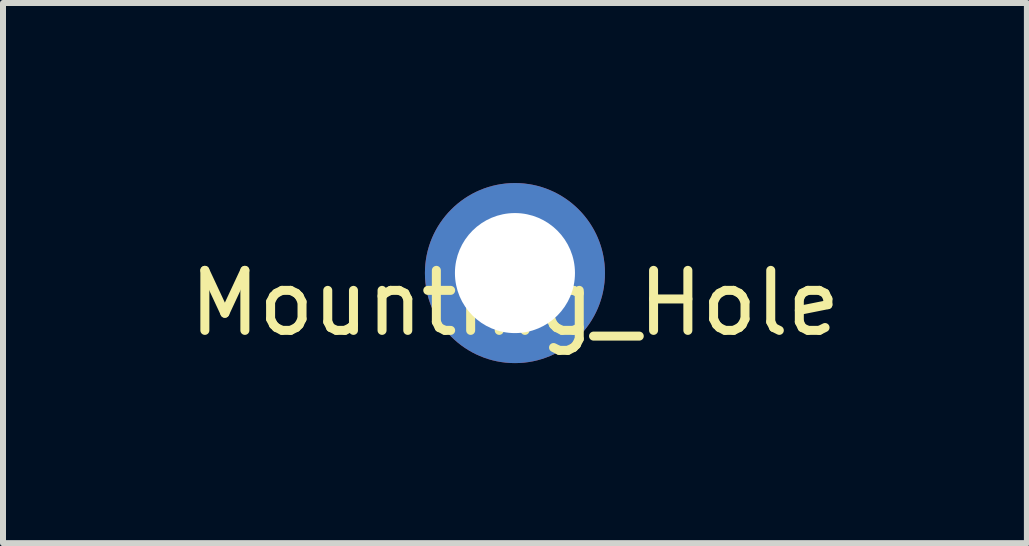
<source format=kicad_pcb>
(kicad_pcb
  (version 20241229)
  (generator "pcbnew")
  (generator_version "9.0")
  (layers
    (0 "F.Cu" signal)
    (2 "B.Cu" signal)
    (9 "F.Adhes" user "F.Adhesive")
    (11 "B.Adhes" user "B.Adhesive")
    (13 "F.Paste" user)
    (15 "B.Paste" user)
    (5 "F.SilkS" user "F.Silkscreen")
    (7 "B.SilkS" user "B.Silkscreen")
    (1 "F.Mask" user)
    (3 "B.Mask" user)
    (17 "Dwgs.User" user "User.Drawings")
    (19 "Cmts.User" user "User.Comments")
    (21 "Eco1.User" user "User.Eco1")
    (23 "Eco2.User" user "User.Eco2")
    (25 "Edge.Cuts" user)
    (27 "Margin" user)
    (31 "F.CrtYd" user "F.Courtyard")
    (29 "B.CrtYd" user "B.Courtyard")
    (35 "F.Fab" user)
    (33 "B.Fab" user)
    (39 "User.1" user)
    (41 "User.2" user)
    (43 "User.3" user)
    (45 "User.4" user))
  (footprint "Mounting_Hole"
    (layer "F.Cu")
    (at 5.53 1.5)
    (property "Reference" "Mounting_Hole" (at 0 0.5 0) (layer "F.SilkS") (effects (font (size 1 1) (thickness 0.15))))
    (attr through_hole)
    (pad "" np_thru_hole circle (at 0 0) (size 3 3) (drill 2) (layers "*.Cu" "*.Mask")))
  (gr_rect
    (start -3 -3)
    (end 14.06 6)
    (stroke (width 0.1) (type default))
    (fill no)
    (layer "Edge.Cuts")))
</source>
